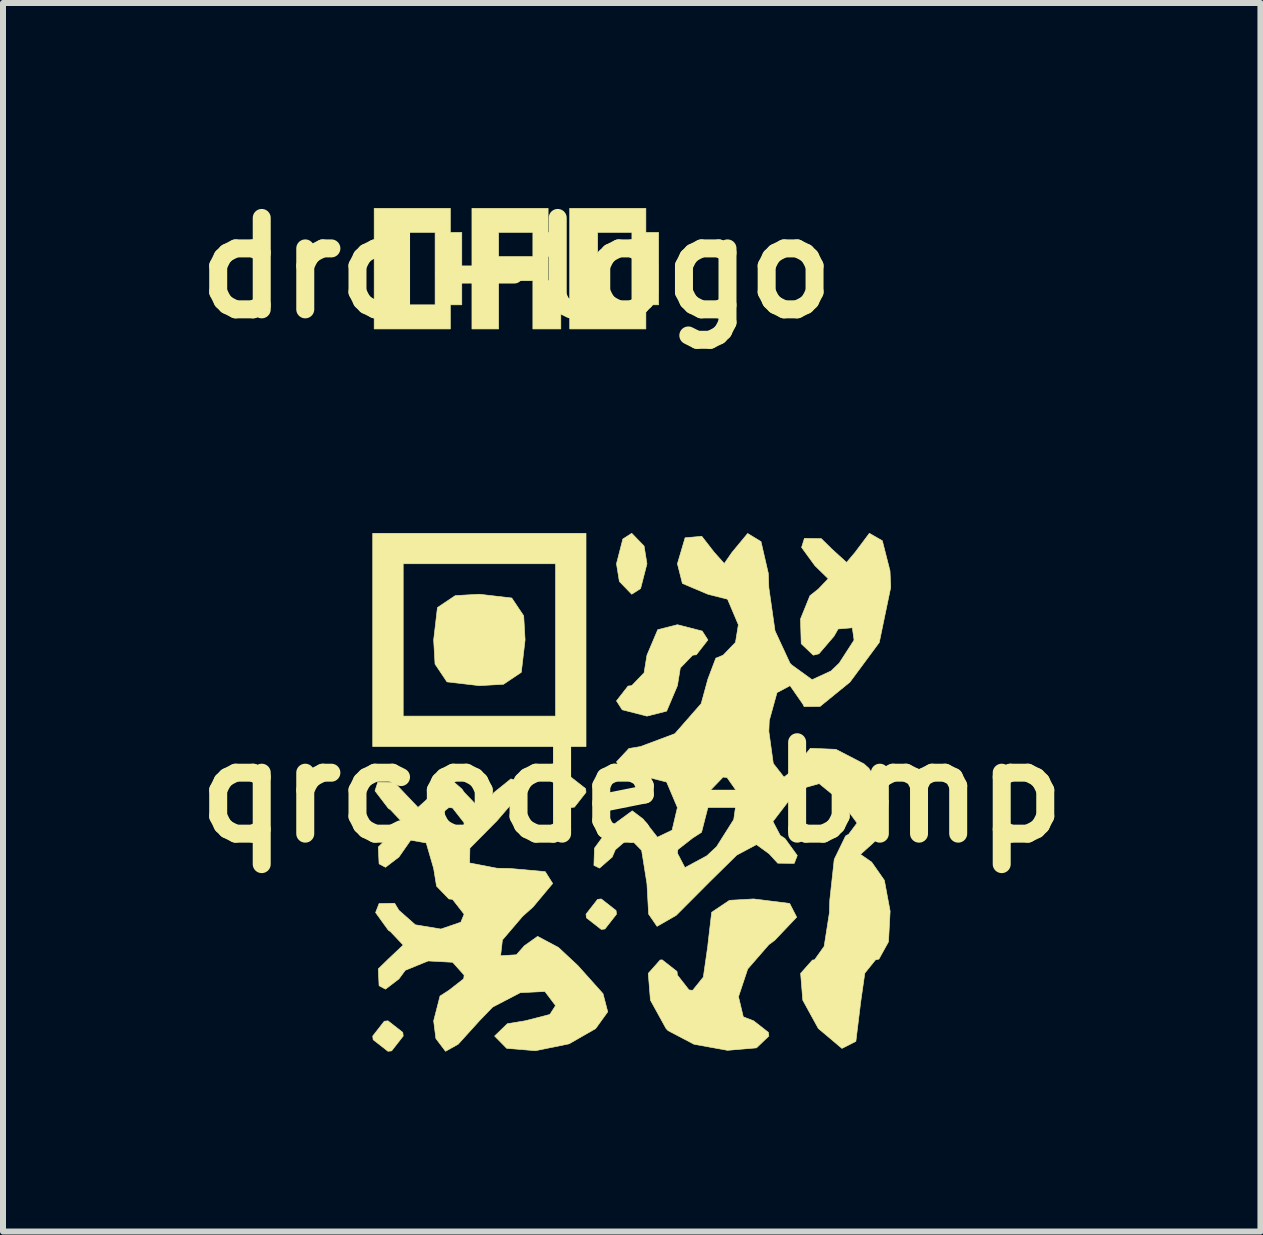
<source format=kicad_pcb>
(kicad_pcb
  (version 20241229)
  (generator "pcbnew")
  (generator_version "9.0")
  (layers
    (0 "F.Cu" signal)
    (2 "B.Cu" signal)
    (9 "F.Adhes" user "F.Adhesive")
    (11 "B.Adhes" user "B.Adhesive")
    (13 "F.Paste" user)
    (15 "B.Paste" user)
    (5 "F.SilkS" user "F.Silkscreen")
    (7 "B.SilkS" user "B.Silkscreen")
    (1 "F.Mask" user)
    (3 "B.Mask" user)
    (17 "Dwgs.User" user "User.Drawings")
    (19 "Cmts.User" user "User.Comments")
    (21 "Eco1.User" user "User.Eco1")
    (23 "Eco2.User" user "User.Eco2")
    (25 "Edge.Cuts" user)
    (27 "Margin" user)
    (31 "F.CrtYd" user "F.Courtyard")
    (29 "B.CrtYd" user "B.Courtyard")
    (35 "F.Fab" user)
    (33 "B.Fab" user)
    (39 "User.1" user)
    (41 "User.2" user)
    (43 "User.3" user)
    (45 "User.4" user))
  (footprint "drd-logo"
    (layer "F.Cu")
    (at 5.559 1.418)
    (property "Reference" "drd-logo" (at 0 0 0) (layer "F.SilkS") (effects (font (size 1.524 1.524) (thickness 0.3))))
    (attr through_hole)
    (fp_poly (pts (xy -1.101 -0.593) (xy -0.91 -0.593) (xy -0.91 0.614) (xy -1.101 0.614) (xy -1.101 1.016) (xy -2.371 1.016) (xy -2.371 -0.593) (xy -1.926 -0.593) (xy -1.926 0.614) (xy -1.355 0.614) (xy -1.355 -0.593) (xy -1.926 -0.593) (xy -2.371 -0.593) (xy -2.371 -0.995) (xy -1.101 -0.995) (xy -1.101 -0.593)) (stroke (width 0.01) (type solid)) (fill yes) (layer "F.SilkS"))
    (fp_poly (pts (xy 2.159 -0.593) (xy 2.371 -0.593) (xy 2.371 0.614) (xy 2.159 0.614) (xy 2.159 1.016) (xy 0.889 1.016) (xy 0.889 -0.593) (xy 1.355 -0.593) (xy 1.355 0.614) (xy 1.926 0.614) (xy 1.926 -0.593) (xy 1.355 -0.593) (xy 0.889 -0.593) (xy 0.889 -0.995) (xy 2.159 -0.995) (xy 2.159 -0.593)) (stroke (width 0.01) (type solid)) (fill yes) (layer "F.SilkS"))
    (fp_poly (pts (xy 0.529 -0.593) (xy 0.741 -0.593) (xy 0.741 -0.191) (xy 0.529 -0.191) (xy 0.529 0.212) (xy 0.741 0.212) (xy 0.741 1.016) (xy 0.275 1.016) (xy 0.275 0.212) (xy -0.296 0.212) (xy -0.296 1.016) (xy -0.741 1.016) (xy -0.741 -0.593) (xy -0.296 -0.593) (xy -0.296 -0.191) (xy 0.275 -0.191) (xy 0.275 -0.593) (xy -0.296 -0.593) (xy -0.741 -0.593) (xy -0.741 -0.995) (xy 0.529 -0.995) (xy 0.529 -0.593)) (stroke (width 0.01) (type solid)) (fill yes) (layer "F.SilkS")))
  (footprint "qrcode-bmp"
    (layer "F.Cu")
    (at 7.482 10.159)
    (property "Reference" "qrcode-bmp" (at 0 0 0) (layer "F.SilkS") (effects (font (size 1.524 1.524) (thickness 0.3))))
    (attr through_hole)
    (fp_poly (pts (xy -3.817 4.003) (xy -3.81 4.064) (xy -4.003 4.311) (xy -4.064 4.318) (xy -4.311 4.125) (xy -4.318 4.064) (xy -4.125 3.817) (xy -4.064 3.81) (xy -3.817 4.003)) (stroke (width 0.01) (type solid)) (fill yes) (layer "F.SilkS"))
    (fp_poly (pts (xy -0.769 -0.061) (xy -0.762 0) (xy -0.955 0.247) (xy -1.016 0.254) (xy -1.263 0.061) (xy -1.27 0) (xy -1.077 -0.247) (xy -1.016 -0.254) (xy -0.769 -0.061)) (stroke (width 0.01) (type solid)) (fill yes) (layer "F.SilkS"))
    (fp_poly (pts (xy -0.261 1.971) (xy -0.254 2.032) (xy -0.447 2.279) (xy -0.508 2.286) (xy -0.755 2.093) (xy -0.762 2.032) (xy -0.569 1.785) (xy -0.508 1.778) (xy -0.261 1.971)) (stroke (width 0.01) (type solid)) (fill yes) (layer "F.SilkS"))
    (fp_poly (pts (xy 0.206 -4.105) (xy 0.254 -3.81) (xy 0.148 -3.397) (xy 0 -3.302) (xy -0.206 -3.515) (xy -0.254 -3.81) (xy -0.148 -4.223) (xy 0 -4.318) (xy 0.206 -4.105)) (stroke (width 0.01) (type solid)) (fill yes) (layer "F.SilkS"))
    (fp_poly (pts (xy -0.762 -0.762) (xy -4.318 -0.762) (xy -4.318 -3.81) (xy -3.81 -3.81) (xy -3.81 -1.27) (xy -1.27 -1.27) (xy -1.27 -3.81) (xy -3.81 -3.81) (xy -4.318 -3.81) (xy -4.318 -4.318) (xy -0.762 -4.318) (xy -0.762 -0.762)) (stroke (width 0.01) (type solid)) (fill yes) (layer "F.SilkS"))
    (fp_poly (pts (xy -2 -3.239) (xy -1.801 -2.942) (xy -1.778 -2.54) (xy -1.841 -2) (xy -2.138 -1.801) (xy -2.54 -1.778) (xy -3.08 -1.841) (xy -3.279 -2.138) (xy -3.302 -2.54) (xy -3.239 -3.08) (xy -2.942 -3.279) (xy -2.54 -3.302) (xy -2 -3.239)) (stroke (width 0.01) (type solid)) (fill yes) (layer "F.SilkS"))
    (fp_poly (pts (xy 1.175 -2.688) (xy 1.27 -2.54) (xy 1.077 -2.293) (xy 1.016 -2.286) (xy 0.81 -2.073) (xy 0.762 -1.778) (xy 0.582 -1.353) (xy 0.254 -1.27) (xy -0.159 -1.376) (xy -0.254 -1.524) (xy -0.061 -1.771) (xy 0 -1.778) (xy 0.206 -1.991) (xy 0.254 -2.286) (xy 0.434 -2.711) (xy 0.762 -2.794) (xy 1.175 -2.688)) (stroke (width 0.01) (type solid)) (fill yes) (layer "F.SilkS"))
    (fp_poly (pts (xy 2.633 1.853) (xy 2.75 2.082) (xy 2.384 2.467) (xy 2.286 2.54) (xy 1.934 2.945) (xy 1.78 3.408) (xy 1.86 3.744) (xy 2.032 3.81) (xy 2.279 4.003) (xy 2.286 4.064) (xy 2.08 4.261) (xy 1.598 4.302) (xy 1.039 4.201) (xy 0.605 3.973) (xy 0.572 3.938) (xy 0.312 3.466) (xy 0.276 3.019) (xy 0.474 2.796) (xy 0.508 2.794) (xy 0.755 2.987) (xy 0.762 3.048) (xy 0.955 3.295) (xy 1.016 3.302) (xy 1.194 3.081) (xy 1.27 2.549) (xy 1.27 2.54) (xy 1.333 2) (xy 1.63 1.801) (xy 2.032 1.778) (xy 2.633 1.853)) (stroke (width 0.01) (type solid)) (fill yes) (layer "F.SilkS"))
    (fp_poly (pts (xy -2.829 -0.052) (xy -2.794 0) (xy -2.552 0.251) (xy -2.327 0.049) (xy -2.3 0.007) (xy -2.014 -0.223) (xy -1.878 -0.185) (xy -1.914 0.088) (xy -2.245 0.473) (xy -2.698 0.931) (xy -2.703 1.178) (xy -2.247 1.266) (xy -2.032 1.27) (xy -1.442 1.323) (xy -1.318 1.52) (xy -1.646 1.913) (xy -1.819 2.067) (xy -2.156 2.462) (xy -2.186 2.725) (xy -1.923 2.709) (xy -1.79 2.559) (xy -1.569 2.402) (xy -1.223 2.586) (xy -0.9 2.887) (xy -0.479 3.357) (xy -0.4 3.66) (xy -0.602 3.94) (xy -1.045 4.194) (xy -1.605 4.308) (xy -2.084 4.269) (xy -2.286 4.064) (xy -2.073 3.858) (xy -1.778 3.81) (xy -1.365 3.704) (xy -1.27 3.556) (xy -1.447 3.321) (xy -1.858 3.341) (xy -2.319 3.581) (xy -2.54 3.81) (xy -2.893 4.2) (xy -3.104 4.318) (xy -3.265 4.105) (xy -3.302 3.81) (xy -3.196 3.397) (xy -3.048 3.302) (xy -2.801 3.109) (xy -2.794 3.048) (xy -2.985 2.834) (xy -3.394 2.812) (xy -3.776 2.968) (xy -3.881 3.111) (xy -4.105 3.282) (xy -4.212 3.225) (xy -4.225 2.944) (xy -4.057 2.78) (xy -3.81 2.547) (xy -4.024 2.321) (xy -4.057 2.3) (xy -4.27 2.005) (xy -4.212 1.855) (xy -3.953 1.85) (xy -3.881 1.968) (xy -3.608 2.209) (xy -3.182 2.28) (xy -2.849 2.166) (xy -2.794 2.032) (xy -2.987 1.785) (xy -3.048 1.778) (xy -3.254 1.565) (xy -3.302 1.27) (xy -3.426 0.844) (xy -3.685 0.798) (xy -3.881 1.079) (xy -4.105 1.25) (xy -4.212 1.193) (xy -4.225 0.912) (xy -4.057 0.748) (xy -3.81 0.515) (xy -3.817 0.508) (xy -3.302 0.508) (xy -3.109 0.755) (xy -3.048 0.762) (xy -2.801 0.569) (xy -2.794 0.508) (xy -2.987 0.261) (xy -3.048 0.254) (xy -3.295 0.447) (xy -3.302 0.508) (xy -3.817 0.508) (xy -4.024 0.289) (xy -4.057 0.268) (xy -4.28 -0.024) (xy -4.233 -0.169) (xy -3.957 -0.163) (xy -3.796 0.007) (xy -3.563 0.252) (xy -3.331 0.043) (xy -3.302 0) (xy -3.059 -0.253) (xy -2.829 -0.052)) (stroke (width 0.01) (type solid)) (fill yes) (layer "F.SilkS"))
    (fp_poly (pts (xy 4.178 -4.194) (xy 4.306 -3.692) (xy 4.318 -3.417) (xy 4.127 -2.498) (xy 3.638 -1.837) (xy 3.139 -1.431) (xy 2.874 -1.429) (xy 2.855 -1.468) (xy 2.64 -1.778) (xy 2.422 -1.662) (xy 2.293 -1.195) (xy 2.286 -1.016) (xy 2.36 -0.481) (xy 2.537 -0.254) (xy 2.54 -0.254) (xy 2.787 -0.447) (xy 2.794 -0.508) (xy 2.979 -0.734) (xy 3.404 -0.716) (xy 3.872 -0.474) (xy 3.955 -0.399) (xy 4.277 0.14) (xy 4.24 0.64) (xy 4 0.868) (xy 3.814 1.035) (xy 4 1.164) (xy 4.212 1.467) (xy 4.308 1.982) (xy 4.281 2.492) (xy 4.121 2.781) (xy 4.064 2.794) (xy 3.886 3.015) (xy 3.81 3.547) (xy 3.81 3.556) (xy 3.737 4.152) (xy 3.505 4.27) (xy 3.111 3.938) (xy 2.852 3.466) (xy 2.816 3.019) (xy 3.014 2.796) (xy 3.048 2.794) (xy 3.208 2.569) (xy 3.296 2.008) (xy 3.302 1.799) (xy 3.376 1.119) (xy 3.566 0.728) (xy 3.617 0.699) (xy 3.757 0.512) (xy 3.49 0.152) (xy 3.125 -0.145) (xy 2.836 -0.063) (xy 2.626 0.132) (xy 2.354 0.487) (xy 2.476 0.719) (xy 2.555 0.771) (xy 2.76 1.054) (xy 2.709 1.185) (xy 2.435 1.182) (xy 2.291 1.025) (xy 2.08 0.872) (xy 1.751 1.047) (xy 1.314 1.477) (xy 0.742 2.051) (xy 0.422 2.235) (xy 0.282 2.031) (xy 0.254 1.524) (xy 0.173 1.016) (xy 0.762 1.016) (xy 0.887 1.256) (xy 1.252 1.059) (xy 1.415 0.907) (xy 1.701 0.454) (xy 1.765 0.004) (xy 1.59 -0.245) (xy 1.524 -0.254) (xy 1.318 -0.041) (xy 1.27 0.254) (xy 1.164 0.667) (xy 1.016 0.762) (xy 0.769 0.955) (xy 0.762 1.016) (xy 0.173 1.016) (xy 0.165 0.968) (xy -0.041 0.757) (xy -0.274 0.959) (xy -0.325 1.079) (xy -0.536 1.264) (xy -0.63 1.219) (xy -0.621 0.932) (xy -0.368 0.586) (xy 0.009 0.309) (xy 0.191 0.447) (xy 0.428 0.749) (xy 0.673 0.632) (xy 0.762 0.254) (xy 0.582 -0.171) (xy 0.254 -0.254) (xy -0.159 -0.36) (xy -0.254 -0.508) (xy -0.047 -0.73) (xy 0.145 -0.762) (xy 0.719 -0.977) (xy 1.158 -1.478) (xy 1.27 -1.887) (xy 1.402 -2.236) (xy 1.524 -2.286) (xy 1.73 -2.499) (xy 1.778 -2.794) (xy 1.598 -3.219) (xy 1.27 -3.302) (xy 0.845 -3.482) (xy 0.762 -3.81) (xy 0.89 -4.243) (xy 1.168 -4.268) (xy 1.376 -4) (xy 1.543 -3.814) (xy 1.672 -4) (xy 1.933 -4.315) (xy 2.155 -4.18) (xy 2.277 -3.651) (xy 2.286 -3.411) (xy 2.389 -2.691) (xy 2.638 -2.154) (xy 2.667 -2.123) (xy 3.007 -1.877) (xy 3.322 -2.022) (xy 3.459 -2.153) (xy 3.707 -2.537) (xy 3.678 -2.743) (xy 3.441 -2.723) (xy 3.373 -2.603) (xy 3.121 -2.309) (xy 3.027 -2.286) (xy 2.826 -2.477) (xy 2.814 -2.889) (xy 2.971 -3.277) (xy 3.111 -3.388) (xy 3.276 -3.561) (xy 3.055 -3.777) (xy 2.832 -4.083) (xy 2.879 -4.233) (xy 3.16 -4.229) (xy 3.335 -4.057) (xy 3.582 -3.832) (xy 3.724 -4) (xy 3.962 -4.318) (xy 4.178 -4.194)) (stroke (width 0.01) (type solid)) (fill yes) (layer "F.SilkS")))
  (gr_rect
    (start -3 -3)
    (end 17.964 17.482)
    (stroke (width 0.1) (type default))
    (fill no)
    (layer "Edge.Cuts")))
</source>
